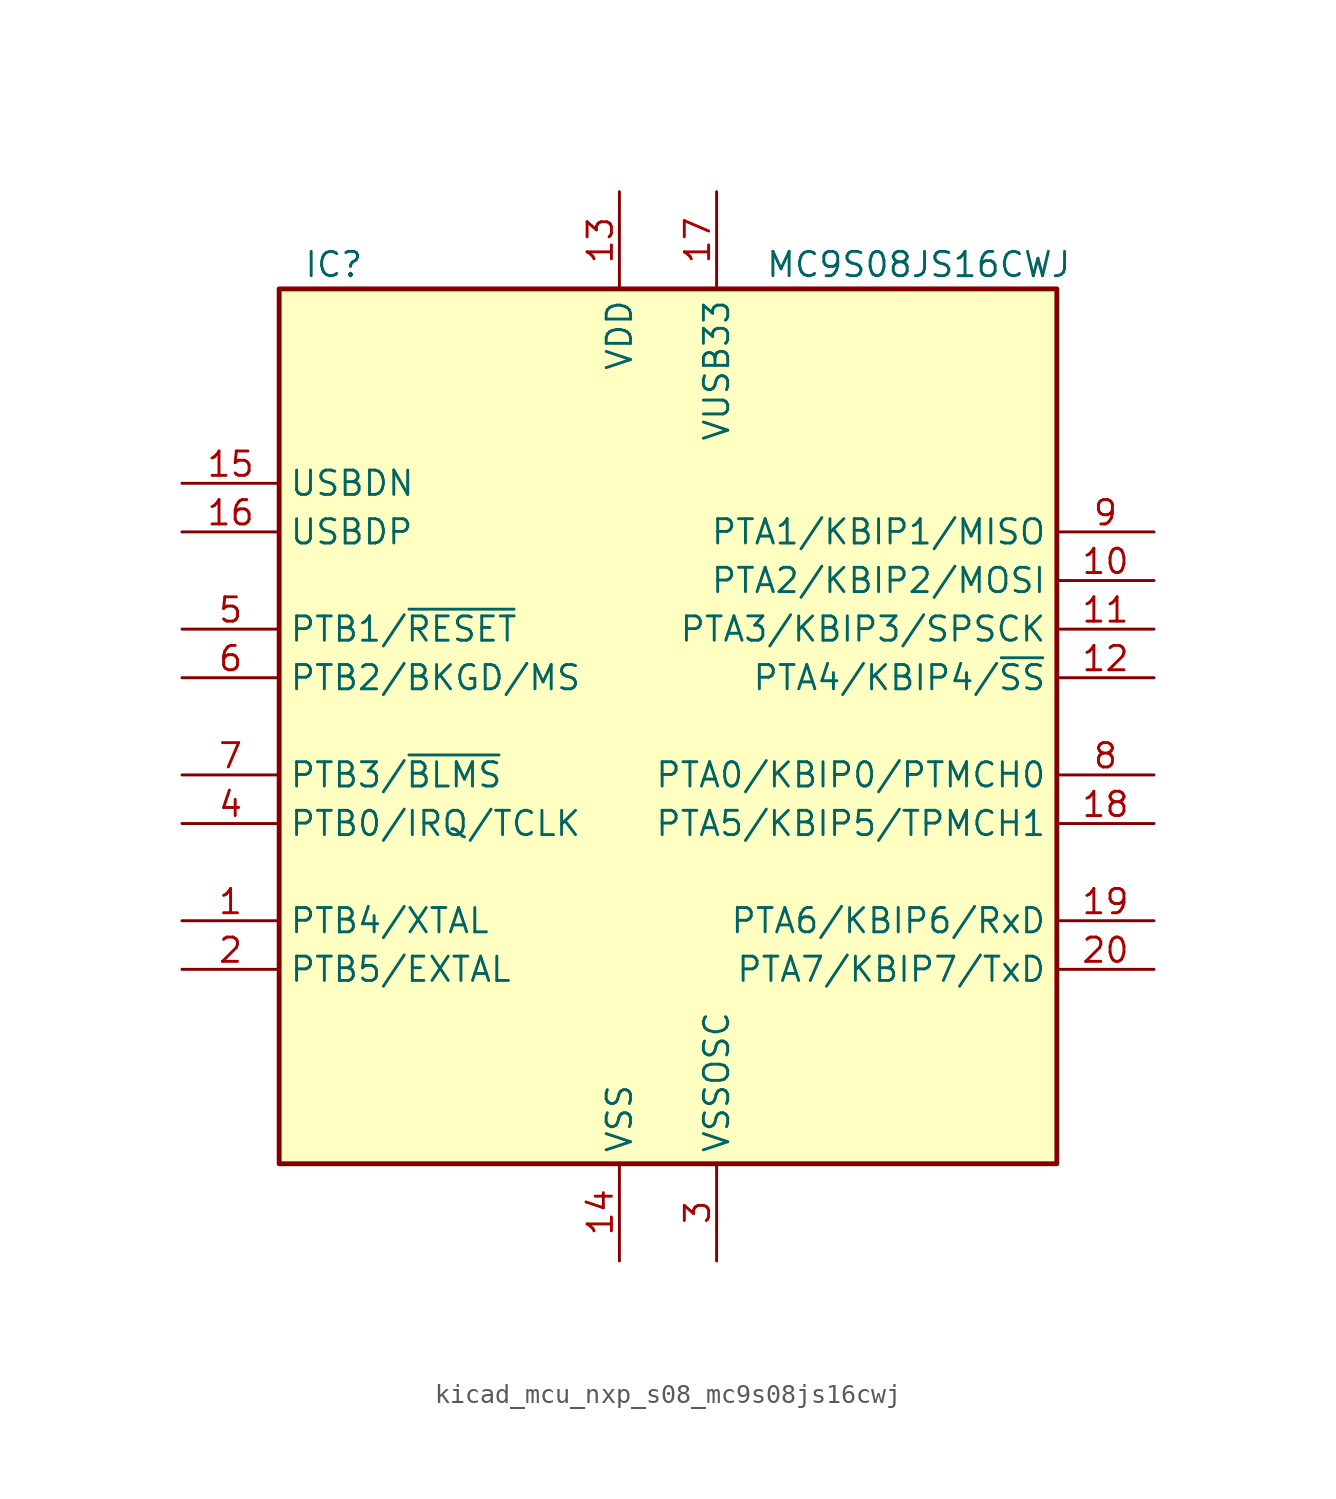
<source format=kicad_sym>
(kicad_symbol_lib
  (version 20220914)
  (generator kicad_symbol_editor)
  (symbol "kicad_mcu_nxp_s08_mc9s08js16cwj"
    (property "Reference" "IC"
      (at -19.05 24.13 0)
      (effects (font (size 1.27 1.27)) (justify left)))
    (property "Value" "MC9S08JS16CWJ"
      (at 5.08 24.13 0)
      (effects (font (size 1.27 1.27)) (justify left)))
    (symbol "kicad_mcu_nxp_s08_mc9s08js16cwj_0_1"
      (rectangle (start -20.32 22.86) (end 20.32 -22.86) (stroke (width 0.254) (type default)) (fill (type background))))
    (symbol "kicad_mcu_nxp_s08_mc9s08js16cwj_1_1"
      (pin bidirectional line (at -25.4 -10.16 0) (length 5.08) (name "PTB4/XTAL" (effects (font (size 1.27 1.27)))) (number "1" (effects (font (size 1.27 1.27)))))
      (pin bidirectional line (at 25.4 7.62 180) (length 5.08) (name "PTA2/KBIP2/MOSI" (effects (font (size 1.27 1.27)))) (number "10" (effects (font (size 1.27 1.27)))))
      (pin bidirectional line (at 25.4 5.08 180) (length 5.08) (name "PTA3/KBIP3/SPSCK" (effects (font (size 1.27 1.27)))) (number "11" (effects (font (size 1.27 1.27)))))
      (pin bidirectional line (at 25.4 2.54 180) (length 5.08) (name "PTA4/KBIP4/~{SS}" (effects (font (size 1.27 1.27)))) (number "12" (effects (font (size 1.27 1.27)))))
      (pin power_in line (at -2.54 27.94 270) (length 5.08) (name "VDD" (effects (font (size 1.27 1.27)))) (number "13" (effects (font (size 1.27 1.27)))))
      (pin power_in line (at -2.54 -27.94 90) (length 5.08) (name "VSS" (effects (font (size 1.27 1.27)))) (number "14" (effects (font (size 1.27 1.27)))))
      (pin bidirectional line (at -25.4 12.7 0) (length 5.08) (name "USBDN" (effects (font (size 1.27 1.27)))) (number "15" (effects (font (size 1.27 1.27)))))
      (pin bidirectional line (at -25.4 10.16 0) (length 5.08) (name "USBDP" (effects (font (size 1.27 1.27)))) (number "16" (effects (font (size 1.27 1.27)))))
      (pin power_out line (at 2.54 27.94 270) (length 5.08) (name "VUSB33" (effects (font (size 1.27 1.27)))) (number "17" (effects (font (size 1.27 1.27)))))
      (pin bidirectional line (at 25.4 -5.08 180) (length 5.08) (name "PTA5/KBIP5/TPMCH1" (effects (font (size 1.27 1.27)))) (number "18" (effects (font (size 1.27 1.27)))))
      (pin bidirectional line (at 25.4 -10.16 180) (length 5.08) (name "PTA6/KBIP6/RxD" (effects (font (size 1.27 1.27)))) (number "19" (effects (font (size 1.27 1.27)))))
      (pin bidirectional line (at -25.4 -12.7 0) (length 5.08) (name "PTB5/EXTAL" (effects (font (size 1.27 1.27)))) (number "2" (effects (font (size 1.27 1.27)))))
      (pin bidirectional line (at 25.4 -12.7 180) (length 5.08) (name "PTA7/KBIP7/TxD" (effects (font (size 1.27 1.27)))) (number "20" (effects (font (size 1.27 1.27)))))
      (pin power_in line (at 2.54 -27.94 90) (length 5.08) (name "VSSOSC" (effects (font (size 1.27 1.27)))) (number "3" (effects (font (size 1.27 1.27)))))
      (pin bidirectional line (at -25.4 -5.08 0) (length 5.08) (name "PTB0/IRQ/TCLK" (effects (font (size 1.27 1.27)))) (number "4" (effects (font (size 1.27 1.27)))))
      (pin bidirectional line (at -25.4 5.08 0) (length 5.08) (name "PTB1/~{RESET}" (effects (font (size 1.27 1.27)))) (number "5" (effects (font (size 1.27 1.27)))))
      (pin bidirectional line (at -25.4 2.54 0) (length 5.08) (name "PTB2/BKGD/MS" (effects (font (size 1.27 1.27)))) (number "6" (effects (font (size 1.27 1.27)))))
      (pin bidirectional line (at -25.4 -2.54 0) (length 5.08) (name "PTB3/~{BLMS}" (effects (font (size 1.27 1.27)))) (number "7" (effects (font (size 1.27 1.27)))))
      (pin bidirectional line (at 25.4 -2.54 180) (length 5.08) (name "PTA0/KBIP0/PTMCH0" (effects (font (size 1.27 1.27)))) (number "8" (effects (font (size 1.27 1.27)))))
      (pin bidirectional line (at 25.4 10.16 180) (length 5.08) (name "PTA1/KBIP1/MISO" (effects (font (size 1.27 1.27)))) (number "9" (effects (font (size 1.27 1.27))))))))
</source>
